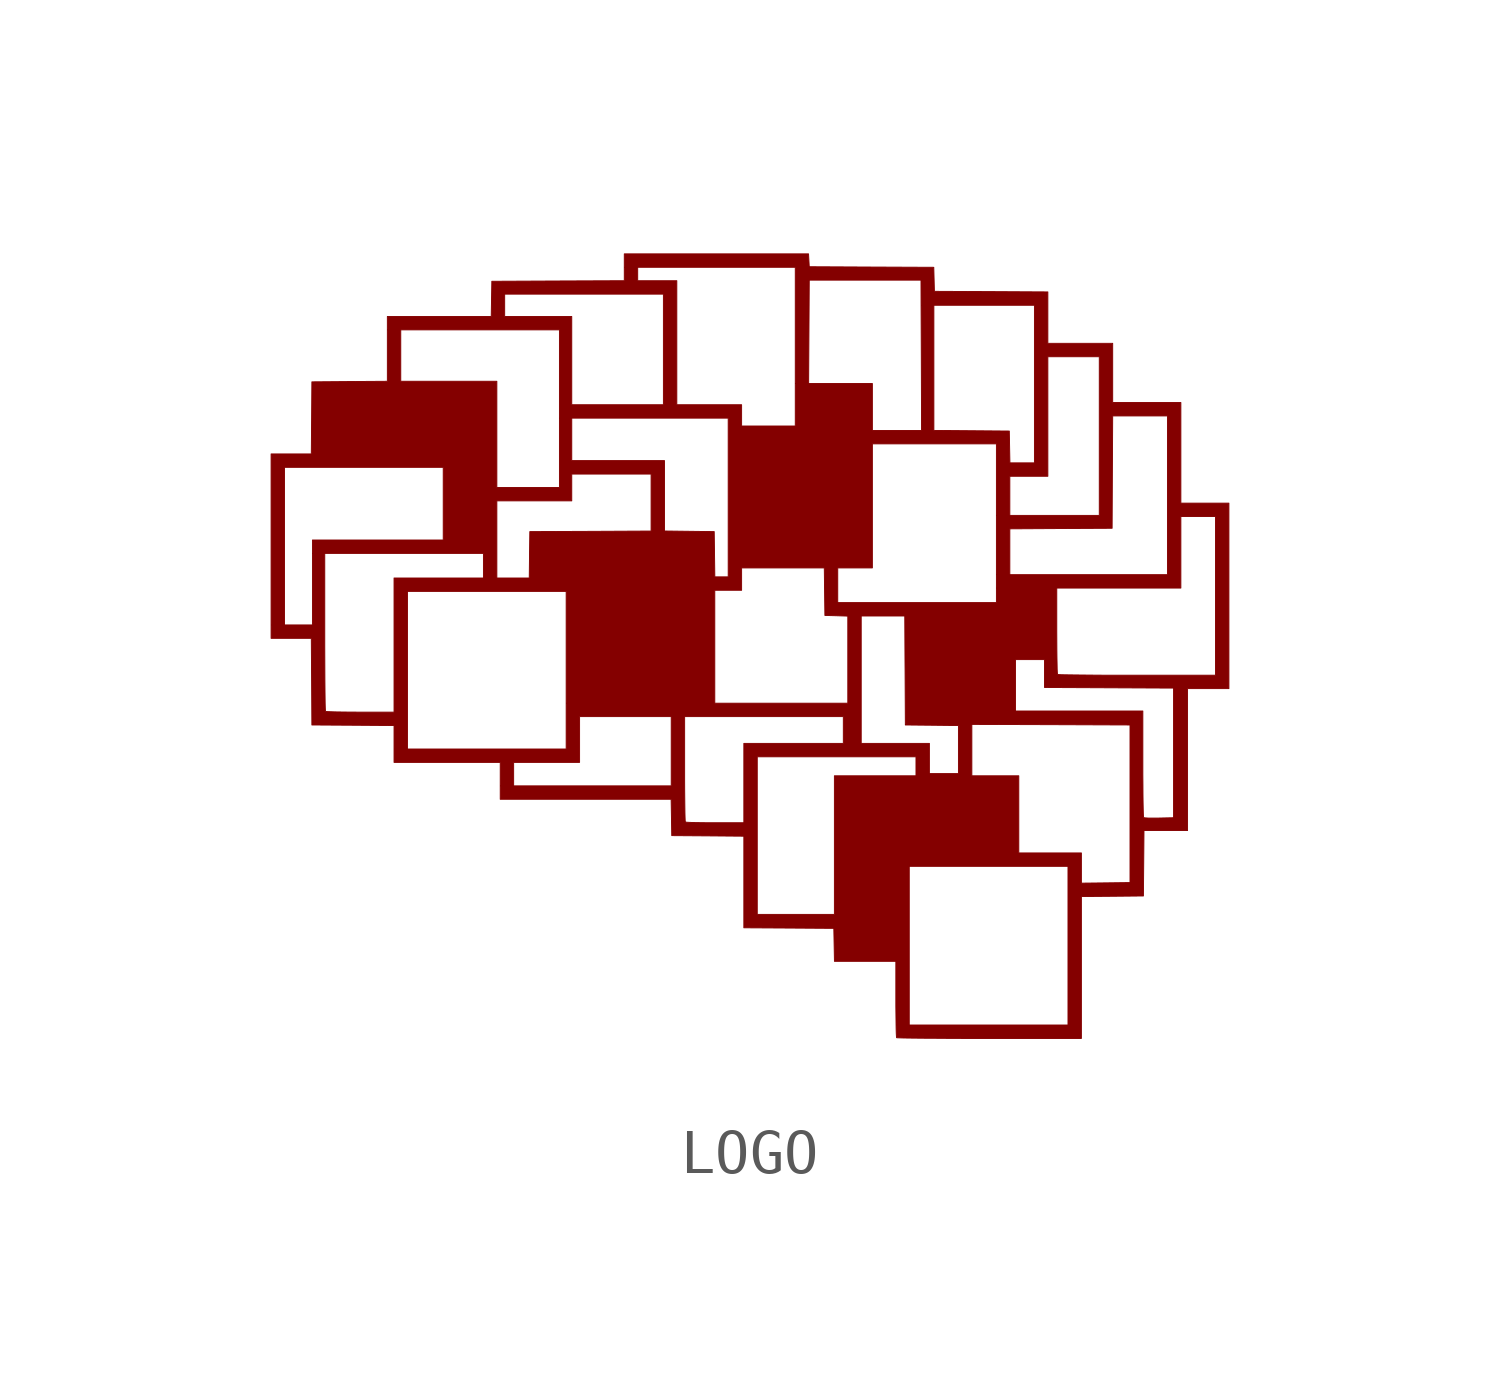
<source format=kicad_sym>
(kicad_symbol_lib
  (version 20220914)
  (generator bitmap2component)
  (symbol "LOGO"
    (pin_names
      (offset 1.016))
    (property "Reference" "#G"
      (at 0 14.366 0)
      (effects (font (size 1.27 1.27)) hide))
    (symbol "LOGO_0_0"
      (polyline (pts (xy 7.399 -7.92) (xy 7.399 -6.306) (xy 8.104 -6.3) (xy 8.81 -6.293) (xy 8.817 -5.549) (xy 8.823 -4.805) (xy 9.319 -4.805) (xy 9.814 -4.805) (xy 9.814 -3.191) (xy 9.814 -1.576) (xy 10.284 -1.576) (xy 10.755 -1.576) (xy 10.755 0.534) (xy 10.755 2.644) (xy 10.208 2.644) (xy 9.662 2.644) (xy 9.662 3.788) (xy 9.662 4.933) (xy 8.886 4.933) (xy 8.111 4.933) (xy 8.111 5.606) (xy 8.111 6.28) (xy 7.373 6.28) (xy 6.636 6.28) (xy 6.636 6.865) (xy 6.636 7.449) (xy 5.346 7.456) (xy 4.055 7.462) (xy 4.048 7.736) (xy 4.041 8.009) (xy 2.624 8.015) (xy 1.208 8.022) (xy 1.2 8.168) (xy 1.192 8.314) (xy -0.904 8.314) (xy -3 8.314) (xy -3 8.009) (xy -3 8.009) (xy -2.695 8.009) (xy -0.903 8.009) (xy 0.89 8.009) (xy 0.89 6.204) (xy 0.89 5.365) (xy 1.194 5.365) (xy 1.201 6.541) (xy 1.208 7.717) (xy 2.479 7.717) (xy 3.75 7.717) (xy 3.752 7.145) (xy 4.043 7.145) (xy 5.187 7.145) (xy 6.331 7.145) (xy 6.331 5.352) (xy 6.331 3.56) (xy 6.052 3.56) (xy 5.773 3.56) (xy 5.766 3.922) (xy 5.759 4.284) (xy 4.901 4.291) (xy 4.043 4.298) (xy 4.043 5.721) (xy 4.043 7.145) (xy 3.752 7.145) (xy 3.757 6.007) (xy 3.763 4.297) (xy 3.204 4.297) (xy 2.644 4.297) (xy 2.644 4.831) (xy 2.644 5.365) (xy 1.919 5.365) (xy 1.194 5.365) (xy 0.89 5.365) (xy 0.89 4.399) (xy 0.28 4.399) (xy -0.331 4.399) (xy -0.331 4.64) (xy -0.331 4.882) (xy -1.068 4.882) (xy -1.805 4.882) (xy -1.805 6.293) (xy -1.805 7.704) (xy -2.25 7.704) (xy -2.695 7.704) (xy -2.695 7.856) (xy -2.695 8.009) (xy -3 8.009) (xy -3 7.704) (xy -4.507 7.698) (xy -6.013 7.691) (xy -6.018 7.399) (xy -5.721 7.399) (xy -3.916 7.399) (xy -2.11 7.399) (xy -2.11 6.14) (xy -2.11 4.882) (xy -3.153 4.882) (xy -4.195 4.882) (xy -4.195 5.886) (xy -4.195 6.89) (xy -4.958 6.89) (xy -5.721 6.89) (xy -5.721 7.145) (xy -5.721 7.399) (xy -6.018 7.399) (xy -6.02 7.291) (xy -6.027 6.89) (xy -7.209 6.89) (xy -8.39 6.89) (xy -8.39 6.585) (xy -8.085 6.585) (xy -6.28 6.585) (xy -4.475 6.585) (xy -4.475 4.793) (xy -4.475 4.577) (xy -4.195 4.577) (xy -2.416 4.577) (xy -0.636 4.577) (xy -0.636 2.771) (xy -0.636 0.966) (xy -0.788 0.966) (xy -0.94 0.966) (xy -0.947 1.481) (xy -0.954 1.996) (xy -1.519 2.003) (xy -2.085 2.01) (xy -2.085 2.81) (xy -2.085 3.611) (xy -3.14 3.611) (xy -4.195 3.611) (xy -4.195 4.093) (xy -4.195 4.577) (xy -4.475 4.577) (xy -4.475 3) (xy -5.187 3) (xy -5.899 3) (xy -5.899 4.208) (xy -5.899 5.416) (xy -6.992 5.416) (xy -8.085 5.416) (xy -8.085 6) (xy -8.085 6.585) (xy -8.39 6.585) (xy -8.39 6.153) (xy -8.39 5.416) (xy -9.248 5.41) (xy -10.107 5.403) (xy -10.113 4.583) (xy -10.12 3.763) (xy -10.577 3.763) (xy -11.035 3.763) (xy -11.035 1.665) (xy -11.035 -0.127) (xy -10.73 -0.127) (xy -10.73 1.665) (xy -10.73 3.458) (xy -8.924 3.458) (xy -7.119 3.458) (xy -7.119 2.632) (xy -7.119 1.805) (xy -8.607 1.805) (xy -10.094 1.805) (xy -10.094 1.5) (xy -9.814 1.5) (xy -8.009 1.5) (xy -6.204 1.5) (xy -6.204 1.22) (xy -6.204 0.941) (xy -5.899 0.941) (xy -5.899 1.818) (xy -5.899 2.695) (xy -5.047 2.695) (xy -4.195 2.695) (xy -4.195 3) (xy -4.195 3.305) (xy -3.293 3.305) (xy -2.39 3.305) (xy -2.39 2.657) (xy -2.39 2.009) (xy -3.769 2.002) (xy -5.149 1.996) (xy -5.156 1.468) (xy -5.162 0.941) (xy -5.531 0.941) (xy -5.899 0.941) (xy -6.204 0.941) (xy -7.221 0.941) (xy -8.238 0.941) (xy -8.238 -0.585) (xy -8.238 -2.11) (xy -9.009 -2.11) (xy -9.085 -2.11) (xy -9.272 -2.109) (xy -9.441 -2.107) (xy -9.584 -2.105) (xy -9.695 -2.101) (xy -9.769 -2.098) (xy -9.797 -2.093) (xy -9.799 -2.078) (xy -9.802 -2.015) (xy -9.805 -1.909) (xy -9.807 -1.764) (xy -9.809 -1.583) (xy -9.811 -1.37) (xy -9.812 -1.13) (xy -9.813 -0.867) (xy -9.814 -0.585) (xy -9.814 -0.288) (xy -9.814 1.5) (xy -10.094 1.5) (xy -10.094 0.839) (xy -10.094 -0.127) (xy -10.412 -0.127) (xy -10.73 -0.127) (xy -11.035 -0.127) (xy -11.035 -0.432) (xy -10.577 -0.432) (xy -10.12 -0.432) (xy -10.113 -1.417) (xy -10.107 -2.403) (xy -9.172 -2.409) (xy -8.238 -2.416) (xy -8.238 -2.835) (xy -8.238 -2.949) (xy -7.933 -2.949) (xy -7.933 -1.157) (xy -7.933 0.636) (xy -6.128 0.636) (xy -4.322 0.636) (xy -4.322 -1.157) (xy -4.322 -1.907) (xy -0.941 -1.907) (xy -0.941 -0.623) (xy -0.941 0.661) (xy -0.636 0.661) (xy -0.331 0.661) (xy -0.331 0.915) (xy -0.331 1.17) (xy 0.61 1.17) (xy 1.55 1.17) (xy 1.557 0.629) (xy 1.56 0.381) (xy 1.856 0.381) (xy 1.856 0.775) (xy 1.856 1.17) (xy 2.25 1.17) (xy 2.644 1.17) (xy 2.644 2.581) (xy 2.644 3.992) (xy 4.055 3.992) (xy 5.466 3.992) (xy 5.466 2.365) (xy 5.771 2.365) (xy 5.771 2.81) (xy 5.771 3.255) (xy 6.204 3.255) (xy 6.636 3.255) (xy 6.636 4.615) (xy 6.636 5.975) (xy 7.221 5.975) (xy 7.806 5.975) (xy 7.806 4.17) (xy 7.806 2.365) (xy 6.788 2.365) (xy 5.771 2.365) (xy 5.466 2.365) (xy 5.466 2.187) (xy 5.466 1.017) (xy 5.771 1.017) (xy 5.771 1.538) (xy 5.771 2.059) (xy 6.935 2.066) (xy 8.098 2.072) (xy 8.104 3.35) (xy 8.111 4.628) (xy 8.734 4.628) (xy 9.357 4.628) (xy 9.357 2.822) (xy 9.357 1.017) (xy 7.564 1.017) (xy 5.771 1.017) (xy 5.466 1.017) (xy 5.466 0.712) (xy 6.839 0.712) (xy 8.251 0.712) (xy 9.662 0.712) (xy 9.662 1.526) (xy 9.662 2.339) (xy 10.056 2.339) (xy 10.45 2.339) (xy 10.45 0.534) (xy 10.45 -1.271) (xy 8.662 -1.271) (xy 8.442 -1.271) (xy 8.156 -1.27) (xy 7.887 -1.27) (xy 7.641 -1.268) (xy 7.421 -1.266) (xy 7.231 -1.264) (xy 7.075 -1.262) (xy 6.958 -1.26) (xy 6.884 -1.257) (xy 6.856 -1.254) (xy 6.856 -1.253) (xy 6.852 -1.216) (xy 6.848 -1.135) (xy 6.846 -1.015) (xy 6.843 -0.862) (xy 6.841 -0.682) (xy 6.84 -0.48) (xy 6.839 -0.263) (xy 6.839 0.712) (xy 5.466 0.712) (xy 5.466 0.381) (xy 3.661 0.381) (xy 1.856 0.381) (xy 1.56 0.381) (xy 1.564 0.089) (xy 1.824 0.082) (xy 2.021 0.076) (xy 2.39 0.076) (xy 2.885 0.076) (xy 3.381 0.076) (xy 3.386 -0.915) (xy 5.899 -0.915) (xy 6.229 -0.915) (xy 6.56 -0.915) (xy 6.56 -1.233) (xy 6.56 -1.55) (xy 8.028 -1.557) (xy 9.496 -1.564) (xy 9.496 -3.038) (xy 9.496 -4.513) (xy 9.164 -4.52) (xy 9.142 -4.521) (xy 9.019 -4.521) (xy 8.917 -4.52) (xy 8.845 -4.516) (xy 8.815 -4.509) (xy 8.811 -4.482) (xy 8.808 -4.409) (xy 8.805 -4.295) (xy 8.802 -4.145) (xy 8.8 -3.964) (xy 8.799 -3.758) (xy 8.797 -3.531) (xy 8.797 -3.288) (xy 8.797 -2.085) (xy 7.348 -2.085) (xy 5.899 -2.085) (xy 5.899 -1.5) (xy 5.899 -0.915) (xy 3.386 -0.915) (xy 3.388 -1.163) (xy 3.394 -2.39) (xy 4.907 -2.39) (xy 6.706 -2.396) (xy 8.505 -2.403) (xy 8.505 -4.195) (xy 8.505 -5.988) (xy 7.952 -5.995) (xy 7.399 -6.001) (xy 7.399 -5.658) (xy 7.399 -5.314) (xy 6.687 -5.314) (xy 5.975 -5.314) (xy 5.975 -4.437) (xy 5.975 -3.559) (xy 5.441 -3.559) (xy 4.907 -3.559) (xy 4.907 -2.975) (xy 4.907 -2.39) (xy 3.394 -2.39) (xy 3.394 -2.403) (xy 3.998 -2.409) (xy 4.602 -2.416) (xy 4.602 -2.962) (xy 4.602 -3.509) (xy 4.271 -3.509) (xy 3.941 -3.509) (xy 3.941 -3.165) (xy 3.941 -2.822) (xy 3.165 -2.822) (xy 2.39 -2.822) (xy 2.39 -1.373) (xy 2.39 0.076) (xy 2.021 0.076) (xy 2.085 0.074) (xy 2.085 -0.916) (xy 2.085 -1.907) (xy 0.572 -1.907) (xy -0.941 -1.907) (xy -4.322 -1.907) (xy -4.322 -2.949) (xy -6.128 -2.949) (xy -7.933 -2.949) (xy -8.238 -2.949) (xy -8.238 -3.254) (xy -7.03 -3.254) (xy -5.822 -3.254) (xy -5.822 -3.674) (xy -5.822 -3.788) (xy -5.517 -3.788) (xy -5.517 -3.521) (xy -5.517 -3.254) (xy -4.767 -3.254) (xy -4.017 -3.254) (xy -4.017 -2.733) (xy -4.017 -2.212) (xy -2.975 -2.212) (xy -1.932 -2.212) (xy -1.627 -2.212) (xy 0.178 -2.212) (xy 1.983 -2.212) (xy 1.983 -2.517) (xy 1.983 -2.822) (xy 0.852 -2.822) (xy -0.28 -2.822) (xy -0.28 -3.725) (xy -0.28 -4.627) (xy -0.937 -4.627) (xy -1.095 -4.627) (xy -1.258 -4.625) (xy -1.398 -4.623) (xy -1.508 -4.619) (xy -1.581 -4.615) (xy -1.61 -4.61) (xy -1.614 -4.585) (xy -1.617 -4.514) (xy -1.62 -4.402) (xy -1.622 -4.254) (xy -1.624 -4.075) (xy -1.626 -3.87) (xy -1.627 -3.644) (xy -1.627 -3.403) (xy -1.627 -2.212) (xy -1.932 -2.212) (xy -1.932 -3) (xy -1.932 -3.788) (xy -3.725 -3.788) (xy -5.517 -3.788) (xy -5.822 -3.788) (xy -5.822 -4.093) (xy -3.878 -4.093) (xy -1.934 -4.093) (xy -1.927 -4.507) (xy -1.92 -4.92) (xy -1.1 -4.926) (xy -0.28 -4.933) (xy -0.28 -5.975) (xy -0.28 -6.712) (xy 0.025 -6.712) (xy 0.025 -4.92) (xy 0.025 -3.127) (xy 1.831 -3.127) (xy 3.636 -3.127) (xy 3.636 -3.343) (xy 3.636 -3.559) (xy 2.708 -3.559) (xy 1.78 -3.559) (xy 1.78 -5.136) (xy 1.78 -6.712) (xy 0.903 -6.712) (xy 0.025 -6.712) (xy -0.28 -6.712) (xy -0.28 -7.017) (xy 0.744 -7.023) (xy 1.767 -7.03) (xy 1.774 -7.405) (xy 1.781 -7.78) (xy 2.48 -7.78) (xy 3.178 -7.78) (xy 3.178 -8.64) (xy 3.178 -8.794) (xy 3.18 -8.986) (xy 3.182 -9.158) (xy 3.183 -9.229) (xy 3.483 -9.229) (xy 3.483 -7.424) (xy 3.483 -5.619) (xy 5.288 -5.619) (xy 7.094 -5.619) (xy 7.094 -7.424) (xy 7.094 -9.229) (xy 5.288 -9.229) (xy 3.483 -9.229) (xy 3.183 -9.229) (xy 3.184 -9.303) (xy 3.187 -9.415) (xy 3.191 -9.489) (xy 3.195 -9.518) (xy 3.204 -9.519) (xy 3.257 -9.521) (xy 3.355 -9.524) (xy 3.494 -9.526) (xy 3.671 -9.528) (xy 3.881 -9.53) (xy 4.121 -9.531) (xy 4.388 -9.533) (xy 4.676 -9.534) (xy 4.984 -9.534) (xy 5.305 -9.534) (xy 7.399 -9.534) (xy 7.399 -7.92)) (stroke (width 0.01) (type default)) (fill (type outline))))))
</source>
